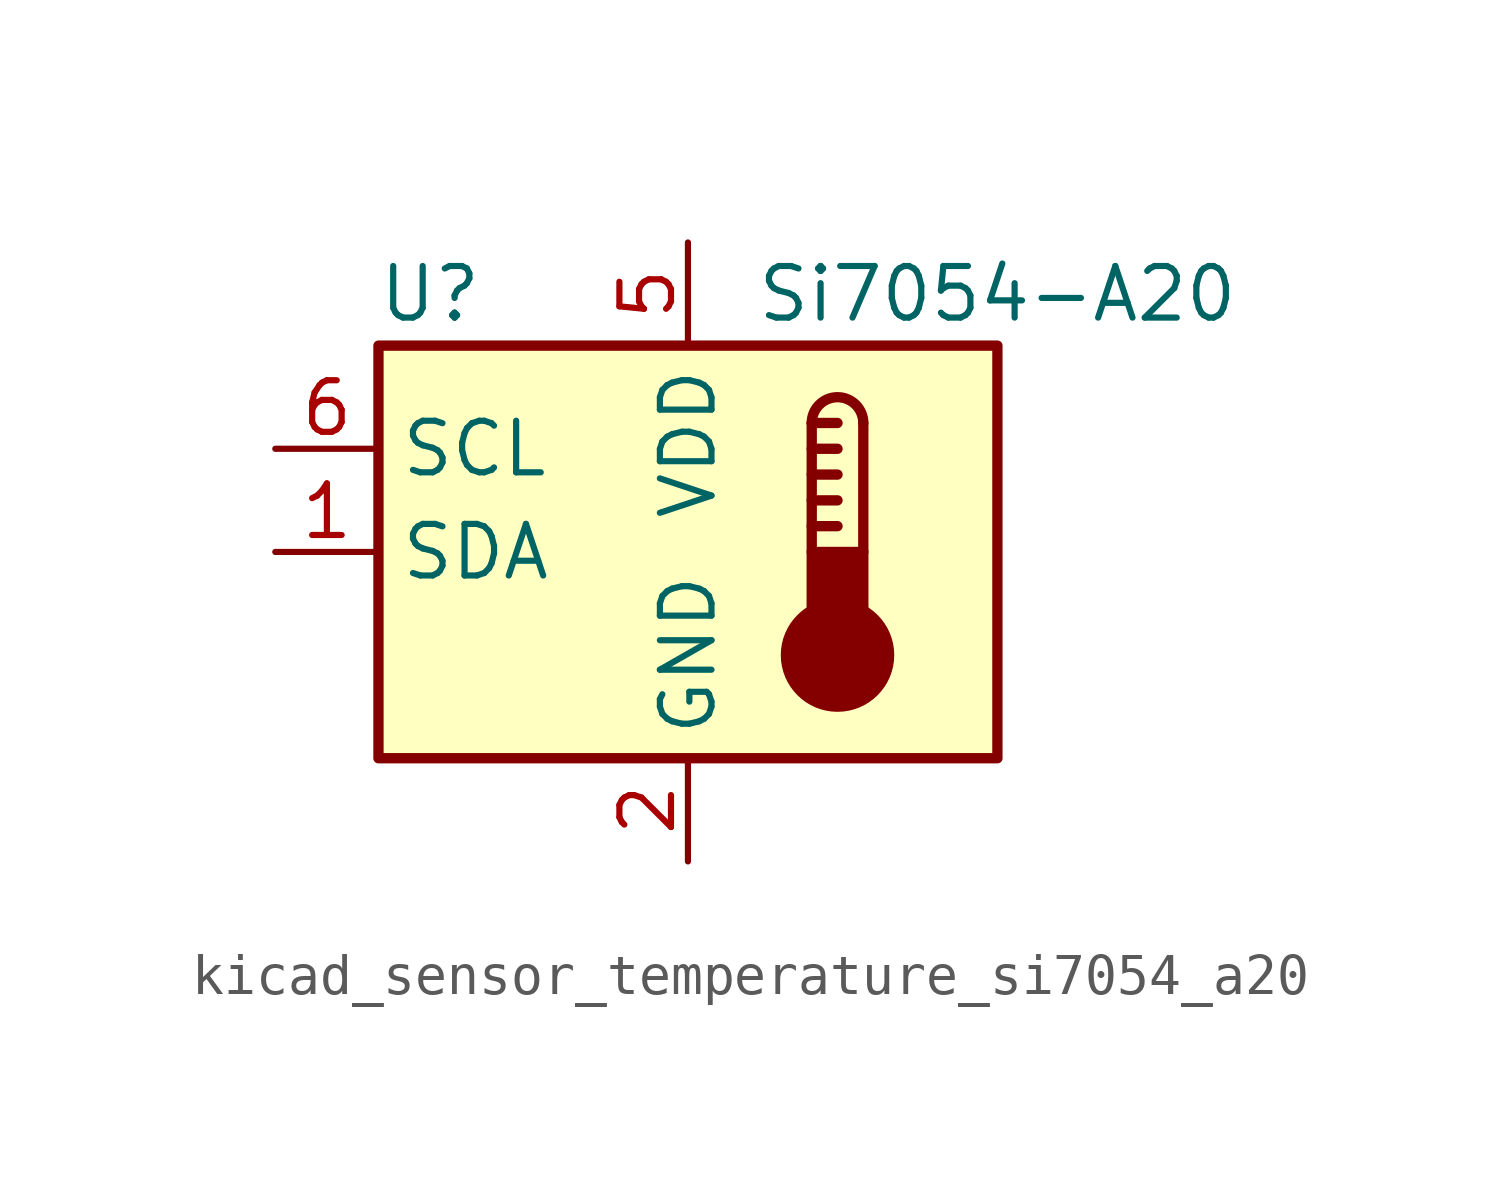
<source format=kicad_sym>
(kicad_symbol_lib
  (version 20220914)
  (generator kicad_symbol_editor)
  (symbol "kicad_sensor_temperature_si7054_a20"
    (property "Reference" "U"
      (at -6.35 6.35 0)
      (effects (font (size 1.27 1.27))))
    (property "Value" "Si7054-A20"
      (at 7.62 6.35 0)
      (effects (font (size 1.27 1.27))))
    (symbol "kicad_sensor_temperature_si7054_a20_0_1"
      (rectangle (start -7.62 5.08) (end 7.62 -5.08) (stroke (width 0.254) (type default)) (fill (type background))))
    (symbol "kicad_sensor_temperature_si7054_a20_1_1"
      (polyline (pts (xy 3.048 0.635) (xy 3.683 0.635)) (stroke (width 0.254) (type default)) (fill (type none)))
      (polyline (pts (xy 3.048 1.27) (xy 3.683 1.27)) (stroke (width 0.254) (type default)) (fill (type none)))
      (polyline (pts (xy 3.048 1.905) (xy 3.683 1.905)) (stroke (width 0.254) (type default)) (fill (type none)))
      (polyline (pts (xy 3.048 2.54) (xy 3.683 2.54)) (stroke (width 0.254) (type default)) (fill (type none)))
      (polyline (pts (xy 3.048 3.175) (xy 3.048 0)) (stroke (width 0.254) (type default)) (fill (type none)))
      (polyline (pts (xy 3.048 3.175) (xy 3.683 3.175)) (stroke (width 0.254) (type default)) (fill (type none)))
      (polyline (pts (xy 4.318 3.175) (xy 4.318 0)) (stroke (width 0.254) (type default)) (fill (type none)))
      (circle (center 3.683 -2.54) (radius 1.27) (stroke (width 0.254) (type default)) (fill (type outline)))
      (rectangle (start 4.318 -1.905) (end 3.048 0) (stroke (width 0.254) (type default)) (fill (type outline)))
      (arc (start 4.318 3.175) (mid 3.683 3.8073) (end 3.048 3.175) (stroke (width 0.254) (type default)) (fill (type none)))
      (pin bidirectional line (at -10.16 0 0) (length 2.54) (name "SDA" (effects (font (size 1.27 1.27)))) (number "1" (effects (font (size 1.27 1.27)))))
      (pin power_in line (at 0 -7.62 90) (length 2.54) (name "GND" (effects (font (size 1.27 1.27)))) (number "2" (effects (font (size 1.27 1.27)))))
      (pin no_connect line (at 7.62 2.54 180) (length 2.54) hide (name "NC" (effects (font (size 1.27 1.27)))) (number "3" (effects (font (size 1.27 1.27)))))
      (pin no_connect line (at 7.62 -2.54 180) (length 2.54) hide (name "NC" (effects (font (size 1.27 1.27)))) (number "4" (effects (font (size 1.27 1.27)))))
      (pin power_in line (at 0 7.62 270) (length 2.54) (name "VDD" (effects (font (size 1.27 1.27)))) (number "5" (effects (font (size 1.27 1.27)))))
      (pin input line (at -10.16 2.54 0) (length 2.54) (name "SCL" (effects (font (size 1.27 1.27)))) (number "6" (effects (font (size 1.27 1.27))))))))
</source>
